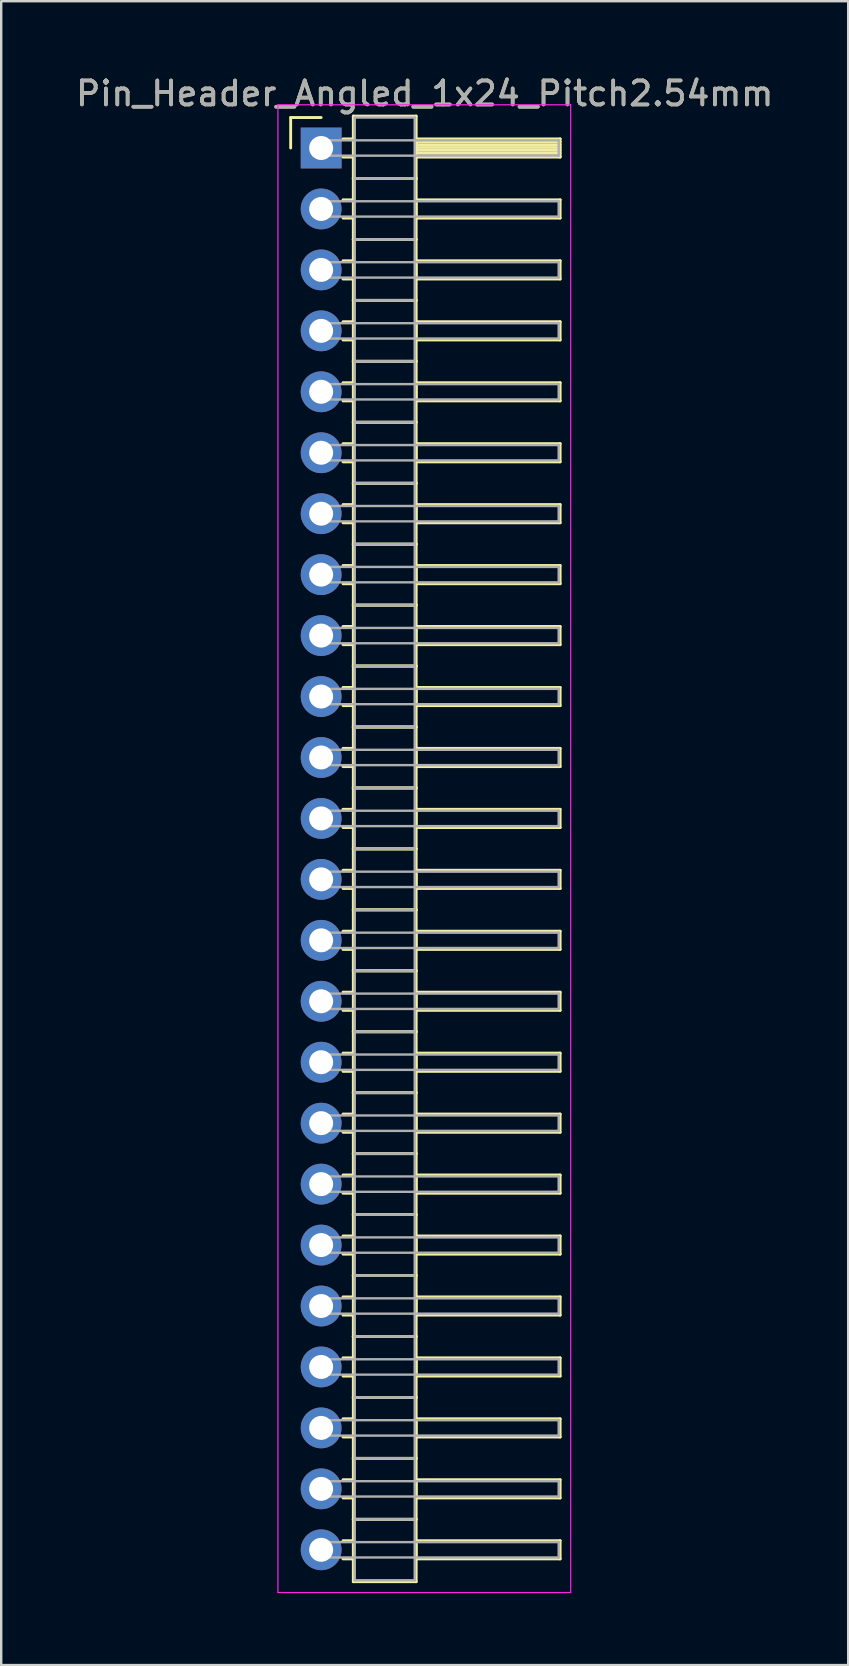
<source format=kicad_pcb>
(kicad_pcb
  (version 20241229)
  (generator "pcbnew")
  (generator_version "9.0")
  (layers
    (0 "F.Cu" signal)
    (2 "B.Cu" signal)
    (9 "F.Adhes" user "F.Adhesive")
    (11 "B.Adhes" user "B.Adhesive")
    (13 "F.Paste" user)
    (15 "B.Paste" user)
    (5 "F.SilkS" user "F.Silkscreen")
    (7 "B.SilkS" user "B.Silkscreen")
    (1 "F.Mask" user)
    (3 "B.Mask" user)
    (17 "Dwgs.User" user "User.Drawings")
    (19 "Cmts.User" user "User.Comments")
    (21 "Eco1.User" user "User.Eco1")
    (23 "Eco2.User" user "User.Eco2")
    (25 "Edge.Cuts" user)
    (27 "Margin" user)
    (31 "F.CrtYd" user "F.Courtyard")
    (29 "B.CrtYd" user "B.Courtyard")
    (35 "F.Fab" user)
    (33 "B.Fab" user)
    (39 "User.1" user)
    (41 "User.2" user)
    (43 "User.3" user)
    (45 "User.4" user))
  (footprint "Pin_Header_Angled_1x24_Pitch2.54mm"
    (layer "F.Cu")
    (at 10.334 3.118)
    (property "Reference" "Pin_Header_Angled_1x24_Pitch2.54mm" (at 4.315 -2.27 0) (layer "F.SilkS") (effects (font (size 1 1) (thickness 0.15))))
    (attr through_hole)
    (fp_line (start -1.27 -1.27) (end 0 -1.27) (stroke (width 0.12) (type solid)) (layer "F.SilkS"))
    (fp_line (start -1.27 0) (end -1.27 -1.27) (stroke (width 0.12) (type solid)) (layer "F.SilkS"))
    (fp_line (start 0.91 -0.38) (end 1.34 -0.38) (stroke (width 0.12) (type solid)) (layer "F.SilkS"))
    (fp_line (start 0.91 0.38) (end 1.34 0.38) (stroke (width 0.12) (type solid)) (layer "F.SilkS"))
    (fp_line (start 0.91 2.16) (end 1.34 2.16) (stroke (width 0.12) (type solid)) (layer "F.SilkS"))
    (fp_line (start 0.91 2.92) (end 1.34 2.92) (stroke (width 0.12) (type solid)) (layer "F.SilkS"))
    (fp_line (start 0.91 4.7) (end 1.34 4.7) (stroke (width 0.12) (type solid)) (layer "F.SilkS"))
    (fp_line (start 0.91 5.46) (end 1.34 5.46) (stroke (width 0.12) (type solid)) (layer "F.SilkS"))
    (fp_line (start 0.91 7.24) (end 1.34 7.24) (stroke (width 0.12) (type solid)) (layer "F.SilkS"))
    (fp_line (start 0.91 8) (end 1.34 8) (stroke (width 0.12) (type solid)) (layer "F.SilkS"))
    (fp_line (start 0.91 9.78) (end 1.34 9.78) (stroke (width 0.12) (type solid)) (layer "F.SilkS"))
    (fp_line (start 0.91 10.54) (end 1.34 10.54) (stroke (width 0.12) (type solid)) (layer "F.SilkS"))
    (fp_line (start 0.91 12.32) (end 1.34 12.32) (stroke (width 0.12) (type solid)) (layer "F.SilkS"))
    (fp_line (start 0.91 13.08) (end 1.34 13.08) (stroke (width 0.12) (type solid)) (layer "F.SilkS"))
    (fp_line (start 0.91 14.86) (end 1.34 14.86) (stroke (width 0.12) (type solid)) (layer "F.SilkS"))
    (fp_line (start 0.91 15.62) (end 1.34 15.62) (stroke (width 0.12) (type solid)) (layer "F.SilkS"))
    (fp_line (start 0.91 17.4) (end 1.34 17.4) (stroke (width 0.12) (type solid)) (layer "F.SilkS"))
    (fp_line (start 0.91 18.16) (end 1.34 18.16) (stroke (width 0.12) (type solid)) (layer "F.SilkS"))
    (fp_line (start 0.91 19.94) (end 1.34 19.94) (stroke (width 0.12) (type solid)) (layer "F.SilkS"))
    (fp_line (start 0.91 20.7) (end 1.34 20.7) (stroke (width 0.12) (type solid)) (layer "F.SilkS"))
    (fp_line (start 0.91 22.48) (end 1.34 22.48) (stroke (width 0.12) (type solid)) (layer "F.SilkS"))
    (fp_line (start 0.91 23.24) (end 1.34 23.24) (stroke (width 0.12) (type solid)) (layer "F.SilkS"))
    (fp_line (start 0.91 25.02) (end 1.34 25.02) (stroke (width 0.12) (type solid)) (layer "F.SilkS"))
    (fp_line (start 0.91 25.78) (end 1.34 25.78) (stroke (width 0.12) (type solid)) (layer "F.SilkS"))
    (fp_line (start 0.91 27.56) (end 1.34 27.56) (stroke (width 0.12) (type solid)) (layer "F.SilkS"))
    (fp_line (start 0.91 28.32) (end 1.34 28.32) (stroke (width 0.12) (type solid)) (layer "F.SilkS"))
    (fp_line (start 0.91 30.1) (end 1.34 30.1) (stroke (width 0.12) (type solid)) (layer "F.SilkS"))
    (fp_line (start 0.91 30.86) (end 1.34 30.86) (stroke (width 0.12) (type solid)) (layer "F.SilkS"))
    (fp_line (start 0.91 32.64) (end 1.34 32.64) (stroke (width 0.12) (type solid)) (layer "F.SilkS"))
    (fp_line (start 0.91 33.4) (end 1.34 33.4) (stroke (width 0.12) (type solid)) (layer "F.SilkS"))
    (fp_line (start 0.91 35.18) (end 1.34 35.18) (stroke (width 0.12) (type solid)) (layer "F.SilkS"))
    (fp_line (start 0.91 35.94) (end 1.34 35.94) (stroke (width 0.12) (type solid)) (layer "F.SilkS"))
    (fp_line (start 0.91 37.72) (end 1.34 37.72) (stroke (width 0.12) (type solid)) (layer "F.SilkS"))
    (fp_line (start 0.91 38.48) (end 1.34 38.48) (stroke (width 0.12) (type solid)) (layer "F.SilkS"))
    (fp_line (start 0.91 40.26) (end 1.34 40.26) (stroke (width 0.12) (type solid)) (layer "F.SilkS"))
    (fp_line (start 0.91 41.02) (end 1.34 41.02) (stroke (width 0.12) (type solid)) (layer "F.SilkS"))
    (fp_line (start 0.91 42.8) (end 1.34 42.8) (stroke (width 0.12) (type solid)) (layer "F.SilkS"))
    (fp_line (start 0.91 43.56) (end 1.34 43.56) (stroke (width 0.12) (type solid)) (layer "F.SilkS"))
    (fp_line (start 0.91 45.34) (end 1.34 45.34) (stroke (width 0.12) (type solid)) (layer "F.SilkS"))
    (fp_line (start 0.91 46.1) (end 1.34 46.1) (stroke (width 0.12) (type solid)) (layer "F.SilkS"))
    (fp_line (start 0.91 47.88) (end 1.34 47.88) (stroke (width 0.12) (type solid)) (layer "F.SilkS"))
    (fp_line (start 0.91 48.64) (end 1.34 48.64) (stroke (width 0.12) (type solid)) (layer "F.SilkS"))
    (fp_line (start 0.91 50.42) (end 1.34 50.42) (stroke (width 0.12) (type solid)) (layer "F.SilkS"))
    (fp_line (start 0.91 51.18) (end 1.34 51.18) (stroke (width 0.12) (type solid)) (layer "F.SilkS"))
    (fp_line (start 0.91 52.96) (end 1.34 52.96) (stroke (width 0.12) (type solid)) (layer "F.SilkS"))
    (fp_line (start 0.91 53.72) (end 1.34 53.72) (stroke (width 0.12) (type solid)) (layer "F.SilkS"))
    (fp_line (start 0.91 55.5) (end 1.34 55.5) (stroke (width 0.12) (type solid)) (layer "F.SilkS"))
    (fp_line (start 0.91 56.26) (end 1.34 56.26) (stroke (width 0.12) (type solid)) (layer "F.SilkS"))
    (fp_line (start 0.91 58.04) (end 1.34 58.04) (stroke (width 0.12) (type solid)) (layer "F.SilkS"))
    (fp_line (start 0.91 58.8) (end 1.34 58.8) (stroke (width 0.12) (type solid)) (layer "F.SilkS"))
    (fp_line (start 1.34 -1.33) (end 1.34 1.27) (stroke (width 0.12) (type solid)) (layer "F.SilkS"))
    (fp_line (start 1.34 1.27) (end 1.34 3.81) (stroke (width 0.12) (type solid)) (layer "F.SilkS"))
    (fp_line (start 1.34 1.27) (end 3.96 1.27) (stroke (width 0.12) (type solid)) (layer "F.SilkS"))
    (fp_line (start 1.34 3.81) (end 1.34 6.35) (stroke (width 0.12) (type solid)) (layer "F.SilkS"))
    (fp_line (start 1.34 3.81) (end 3.96 3.81) (stroke (width 0.12) (type solid)) (layer "F.SilkS"))
    (fp_line (start 1.34 6.35) (end 1.34 8.89) (stroke (width 0.12) (type solid)) (layer "F.SilkS"))
    (fp_line (start 1.34 6.35) (end 3.96 6.35) (stroke (width 0.12) (type solid)) (layer "F.SilkS"))
    (fp_line (start 1.34 8.89) (end 1.34 11.43) (stroke (width 0.12) (type solid)) (layer "F.SilkS"))
    (fp_line (start 1.34 8.89) (end 3.96 8.89) (stroke (width 0.12) (type solid)) (layer "F.SilkS"))
    (fp_line (start 1.34 11.43) (end 1.34 13.97) (stroke (width 0.12) (type solid)) (layer "F.SilkS"))
    (fp_line (start 1.34 11.43) (end 3.96 11.43) (stroke (width 0.12) (type solid)) (layer "F.SilkS"))
    (fp_line (start 1.34 13.97) (end 1.34 16.51) (stroke (width 0.12) (type solid)) (layer "F.SilkS"))
    (fp_line (start 1.34 13.97) (end 3.96 13.97) (stroke (width 0.12) (type solid)) (layer "F.SilkS"))
    (fp_line (start 1.34 16.51) (end 1.34 19.05) (stroke (width 0.12) (type solid)) (layer "F.SilkS"))
    (fp_line (start 1.34 16.51) (end 3.96 16.51) (stroke (width 0.12) (type solid)) (layer "F.SilkS"))
    (fp_line (start 1.34 19.05) (end 1.34 21.59) (stroke (width 0.12) (type solid)) (layer "F.SilkS"))
    (fp_line (start 1.34 19.05) (end 3.96 19.05) (stroke (width 0.12) (type solid)) (layer "F.SilkS"))
    (fp_line (start 1.34 21.59) (end 1.34 24.13) (stroke (width 0.12) (type solid)) (layer "F.SilkS"))
    (fp_line (start 1.34 21.59) (end 3.96 21.59) (stroke (width 0.12) (type solid)) (layer "F.SilkS"))
    (fp_line (start 1.34 24.13) (end 1.34 26.67) (stroke (width 0.12) (type solid)) (layer "F.SilkS"))
    (fp_line (start 1.34 24.13) (end 3.96 24.13) (stroke (width 0.12) (type solid)) (layer "F.SilkS"))
    (fp_line (start 1.34 26.67) (end 1.34 29.21) (stroke (width 0.12) (type solid)) (layer "F.SilkS"))
    (fp_line (start 1.34 26.67) (end 3.96 26.67) (stroke (width 0.12) (type solid)) (layer "F.SilkS"))
    (fp_line (start 1.34 29.21) (end 1.34 31.75) (stroke (width 0.12) (type solid)) (layer "F.SilkS"))
    (fp_line (start 1.34 29.21) (end 3.96 29.21) (stroke (width 0.12) (type solid)) (layer "F.SilkS"))
    (fp_line (start 1.34 31.75) (end 1.34 34.29) (stroke (width 0.12) (type solid)) (layer "F.SilkS"))
    (fp_line (start 1.34 31.75) (end 3.96 31.75) (stroke (width 0.12) (type solid)) (layer "F.SilkS"))
    (fp_line (start 1.34 34.29) (end 1.34 36.83) (stroke (width 0.12) (type solid)) (layer "F.SilkS"))
    (fp_line (start 1.34 34.29) (end 3.96 34.29) (stroke (width 0.12) (type solid)) (layer "F.SilkS"))
    (fp_line (start 1.34 36.83) (end 1.34 39.37) (stroke (width 0.12) (type solid)) (layer "F.SilkS"))
    (fp_line (start 1.34 36.83) (end 3.96 36.83) (stroke (width 0.12) (type solid)) (layer "F.SilkS"))
    (fp_line (start 1.34 39.37) (end 1.34 41.91) (stroke (width 0.12) (type solid)) (layer "F.SilkS"))
    (fp_line (start 1.34 39.37) (end 3.96 39.37) (stroke (width 0.12) (type solid)) (layer "F.SilkS"))
    (fp_line (start 1.34 41.91) (end 1.34 44.45) (stroke (width 0.12) (type solid)) (layer "F.SilkS"))
    (fp_line (start 1.34 41.91) (end 3.96 41.91) (stroke (width 0.12) (type solid)) (layer "F.SilkS"))
    (fp_line (start 1.34 44.45) (end 1.34 46.99) (stroke (width 0.12) (type solid)) (layer "F.SilkS"))
    (fp_line (start 1.34 44.45) (end 3.96 44.45) (stroke (width 0.12) (type solid)) (layer "F.SilkS"))
    (fp_line (start 1.34 46.99) (end 1.34 49.53) (stroke (width 0.12) (type solid)) (layer "F.SilkS"))
    (fp_line (start 1.34 46.99) (end 3.96 46.99) (stroke (width 0.12) (type solid)) (layer "F.SilkS"))
    (fp_line (start 1.34 49.53) (end 1.34 52.07) (stroke (width 0.12) (type solid)) (layer "F.SilkS"))
    (fp_line (start 1.34 49.53) (end 3.96 49.53) (stroke (width 0.12) (type solid)) (layer "F.SilkS"))
    (fp_line (start 1.34 52.07) (end 1.34 54.61) (stroke (width 0.12) (type solid)) (layer "F.SilkS"))
    (fp_line (start 1.34 52.07) (end 3.96 52.07) (stroke (width 0.12) (type solid)) (layer "F.SilkS"))
    (fp_line (start 1.34 54.61) (end 1.34 57.15) (stroke (width 0.12) (type solid)) (layer "F.SilkS"))
    (fp_line (start 1.34 54.61) (end 3.96 54.61) (stroke (width 0.12) (type solid)) (layer "F.SilkS"))
    (fp_line (start 1.34 57.15) (end 1.34 59.75) (stroke (width 0.12) (type solid)) (layer "F.SilkS"))
    (fp_line (start 1.34 57.15) (end 3.96 57.15) (stroke (width 0.12) (type solid)) (layer "F.SilkS"))
    (fp_line (start 1.34 59.75) (end 3.96 59.75) (stroke (width 0.12) (type solid)) (layer "F.SilkS"))
    (fp_line (start 3.96 -1.33) (end 1.34 -1.33) (stroke (width 0.12) (type solid)) (layer "F.SilkS"))
    (fp_line (start 3.96 -0.38) (end 3.96 0.38) (stroke (width 0.12) (type solid)) (layer "F.SilkS"))
    (fp_line (start 3.96 -0.26) (end 9.96 -0.26) (stroke (width 0.12) (type solid)) (layer "F.SilkS"))
    (fp_line (start 3.96 -0.14) (end 9.96 -0.14) (stroke (width 0.12) (type solid)) (layer "F.SilkS"))
    (fp_line (start 3.96 -0.02) (end 9.96 -0.02) (stroke (width 0.12) (type solid)) (layer "F.SilkS"))
    (fp_line (start 3.96 0.1) (end 9.96 0.1) (stroke (width 0.12) (type solid)) (layer "F.SilkS"))
    (fp_line (start 3.96 0.22) (end 9.96 0.22) (stroke (width 0.12) (type solid)) (layer "F.SilkS"))
    (fp_line (start 3.96 0.34) (end 9.96 0.34) (stroke (width 0.12) (type solid)) (layer "F.SilkS"))
    (fp_line (start 3.96 0.38) (end 9.96 0.38) (stroke (width 0.12) (type solid)) (layer "F.SilkS"))
    (fp_line (start 3.96 1.27) (end 1.34 1.27) (stroke (width 0.12) (type solid)) (layer "F.SilkS"))
    (fp_line (start 3.96 1.27) (end 3.96 -1.33) (stroke (width 0.12) (type solid)) (layer "F.SilkS"))
    (fp_line (start 3.96 2.16) (end 3.96 2.92) (stroke (width 0.12) (type solid)) (layer "F.SilkS"))
    (fp_line (start 3.96 2.92) (end 9.96 2.92) (stroke (width 0.12) (type solid)) (layer "F.SilkS"))
    (fp_line (start 3.96 3.81) (end 1.34 3.81) (stroke (width 0.12) (type solid)) (layer "F.SilkS"))
    (fp_line (start 3.96 3.81) (end 3.96 1.27) (stroke (width 0.12) (type solid)) (layer "F.SilkS"))
    (fp_line (start 3.96 4.7) (end 3.96 5.46) (stroke (width 0.12) (type solid)) (layer "F.SilkS"))
    (fp_line (start 3.96 5.46) (end 9.96 5.46) (stroke (width 0.12) (type solid)) (layer "F.SilkS"))
    (fp_line (start 3.96 6.35) (end 1.34 6.35) (stroke (width 0.12) (type solid)) (layer "F.SilkS"))
    (fp_line (start 3.96 6.35) (end 3.96 3.81) (stroke (width 0.12) (type solid)) (layer "F.SilkS"))
    (fp_line (start 3.96 7.24) (end 3.96 8) (stroke (width 0.12) (type solid)) (layer "F.SilkS"))
    (fp_line (start 3.96 8) (end 9.96 8) (stroke (width 0.12) (type solid)) (layer "F.SilkS"))
    (fp_line (start 3.96 8.89) (end 1.34 8.89) (stroke (width 0.12) (type solid)) (layer "F.SilkS"))
    (fp_line (start 3.96 8.89) (end 3.96 6.35) (stroke (width 0.12) (type solid)) (layer "F.SilkS"))
    (fp_line (start 3.96 9.78) (end 3.96 10.54) (stroke (width 0.12) (type solid)) (layer "F.SilkS"))
    (fp_line (start 3.96 10.54) (end 9.96 10.54) (stroke (width 0.12) (type solid)) (layer "F.SilkS"))
    (fp_line (start 3.96 11.43) (end 1.34 11.43) (stroke (width 0.12) (type solid)) (layer "F.SilkS"))
    (fp_line (start 3.96 11.43) (end 3.96 8.89) (stroke (width 0.12) (type solid)) (layer "F.SilkS"))
    (fp_line (start 3.96 12.32) (end 3.96 13.08) (stroke (width 0.12) (type solid)) (layer "F.SilkS"))
    (fp_line (start 3.96 13.08) (end 9.96 13.08) (stroke (width 0.12) (type solid)) (layer "F.SilkS"))
    (fp_line (start 3.96 13.97) (end 1.34 13.97) (stroke (width 0.12) (type solid)) (layer "F.SilkS"))
    (fp_line (start 3.96 13.97) (end 3.96 11.43) (stroke (width 0.12) (type solid)) (layer "F.SilkS"))
    (fp_line (start 3.96 14.86) (end 3.96 15.62) (stroke (width 0.12) (type solid)) (layer "F.SilkS"))
    (fp_line (start 3.96 15.62) (end 9.96 15.62) (stroke (width 0.12) (type solid)) (layer "F.SilkS"))
    (fp_line (start 3.96 16.51) (end 1.34 16.51) (stroke (width 0.12) (type solid)) (layer "F.SilkS"))
    (fp_line (start 3.96 16.51) (end 3.96 13.97) (stroke (width 0.12) (type solid)) (layer "F.SilkS"))
    (fp_line (start 3.96 17.4) (end 3.96 18.16) (stroke (width 0.12) (type solid)) (layer "F.SilkS"))
    (fp_line (start 3.96 18.16) (end 9.96 18.16) (stroke (width 0.12) (type solid)) (layer "F.SilkS"))
    (fp_line (start 3.96 19.05) (end 1.34 19.05) (stroke (width 0.12) (type solid)) (layer "F.SilkS"))
    (fp_line (start 3.96 19.05) (end 3.96 16.51) (stroke (width 0.12) (type solid)) (layer "F.SilkS"))
    (fp_line (start 3.96 19.94) (end 3.96 20.7) (stroke (width 0.12) (type solid)) (layer "F.SilkS"))
    (fp_line (start 3.96 20.7) (end 9.96 20.7) (stroke (width 0.12) (type solid)) (layer "F.SilkS"))
    (fp_line (start 3.96 21.59) (end 1.34 21.59) (stroke (width 0.12) (type solid)) (layer "F.SilkS"))
    (fp_line (start 3.96 21.59) (end 3.96 19.05) (stroke (width 0.12) (type solid)) (layer "F.SilkS"))
    (fp_line (start 3.96 22.48) (end 3.96 23.24) (stroke (width 0.12) (type solid)) (layer "F.SilkS"))
    (fp_line (start 3.96 23.24) (end 9.96 23.24) (stroke (width 0.12) (type solid)) (layer "F.SilkS"))
    (fp_line (start 3.96 24.13) (end 1.34 24.13) (stroke (width 0.12) (type solid)) (layer "F.SilkS"))
    (fp_line (start 3.96 24.13) (end 3.96 21.59) (stroke (width 0.12) (type solid)) (layer "F.SilkS"))
    (fp_line (start 3.96 25.02) (end 3.96 25.78) (stroke (width 0.12) (type solid)) (layer "F.SilkS"))
    (fp_line (start 3.96 25.78) (end 9.96 25.78) (stroke (width 0.12) (type solid)) (layer "F.SilkS"))
    (fp_line (start 3.96 26.67) (end 1.34 26.67) (stroke (width 0.12) (type solid)) (layer "F.SilkS"))
    (fp_line (start 3.96 26.67) (end 3.96 24.13) (stroke (width 0.12) (type solid)) (layer "F.SilkS"))
    (fp_line (start 3.96 27.56) (end 3.96 28.32) (stroke (width 0.12) (type solid)) (layer "F.SilkS"))
    (fp_line (start 3.96 28.32) (end 9.96 28.32) (stroke (width 0.12) (type solid)) (layer "F.SilkS"))
    (fp_line (start 3.96 29.21) (end 1.34 29.21) (stroke (width 0.12) (type solid)) (layer "F.SilkS"))
    (fp_line (start 3.96 29.21) (end 3.96 26.67) (stroke (width 0.12) (type solid)) (layer "F.SilkS"))
    (fp_line (start 3.96 30.1) (end 3.96 30.86) (stroke (width 0.12) (type solid)) (layer "F.SilkS"))
    (fp_line (start 3.96 30.86) (end 9.96 30.86) (stroke (width 0.12) (type solid)) (layer "F.SilkS"))
    (fp_line (start 3.96 31.75) (end 1.34 31.75) (stroke (width 0.12) (type solid)) (layer "F.SilkS"))
    (fp_line (start 3.96 31.75) (end 3.96 29.21) (stroke (width 0.12) (type solid)) (layer "F.SilkS"))
    (fp_line (start 3.96 32.64) (end 3.96 33.4) (stroke (width 0.12) (type solid)) (layer "F.SilkS"))
    (fp_line (start 3.96 33.4) (end 9.96 33.4) (stroke (width 0.12) (type solid)) (layer "F.SilkS"))
    (fp_line (start 3.96 34.29) (end 1.34 34.29) (stroke (width 0.12) (type solid)) (layer "F.SilkS"))
    (fp_line (start 3.96 34.29) (end 3.96 31.75) (stroke (width 0.12) (type solid)) (layer "F.SilkS"))
    (fp_line (start 3.96 35.18) (end 3.96 35.94) (stroke (width 0.12) (type solid)) (layer "F.SilkS"))
    (fp_line (start 3.96 35.94) (end 9.96 35.94) (stroke (width 0.12) (type solid)) (layer "F.SilkS"))
    (fp_line (start 3.96 36.83) (end 1.34 36.83) (stroke (width 0.12) (type solid)) (layer "F.SilkS"))
    (fp_line (start 3.96 36.83) (end 3.96 34.29) (stroke (width 0.12) (type solid)) (layer "F.SilkS"))
    (fp_line (start 3.96 37.72) (end 3.96 38.48) (stroke (width 0.12) (type solid)) (layer "F.SilkS"))
    (fp_line (start 3.96 38.48) (end 9.96 38.48) (stroke (width 0.12) (type solid)) (layer "F.SilkS"))
    (fp_line (start 3.96 39.37) (end 1.34 39.37) (stroke (width 0.12) (type solid)) (layer "F.SilkS"))
    (fp_line (start 3.96 39.37) (end 3.96 36.83) (stroke (width 0.12) (type solid)) (layer "F.SilkS"))
    (fp_line (start 3.96 40.26) (end 3.96 41.02) (stroke (width 0.12) (type solid)) (layer "F.SilkS"))
    (fp_line (start 3.96 41.02) (end 9.96 41.02) (stroke (width 0.12) (type solid)) (layer "F.SilkS"))
    (fp_line (start 3.96 41.91) (end 1.34 41.91) (stroke (width 0.12) (type solid)) (layer "F.SilkS"))
    (fp_line (start 3.96 41.91) (end 3.96 39.37) (stroke (width 0.12) (type solid)) (layer "F.SilkS"))
    (fp_line (start 3.96 42.8) (end 3.96 43.56) (stroke (width 0.12) (type solid)) (layer "F.SilkS"))
    (fp_line (start 3.96 43.56) (end 9.96 43.56) (stroke (width 0.12) (type solid)) (layer "F.SilkS"))
    (fp_line (start 3.96 44.45) (end 1.34 44.45) (stroke (width 0.12) (type solid)) (layer "F.SilkS"))
    (fp_line (start 3.96 44.45) (end 3.96 41.91) (stroke (width 0.12) (type solid)) (layer "F.SilkS"))
    (fp_line (start 3.96 45.34) (end 3.96 46.1) (stroke (width 0.12) (type solid)) (layer "F.SilkS"))
    (fp_line (start 3.96 46.1) (end 9.96 46.1) (stroke (width 0.12) (type solid)) (layer "F.SilkS"))
    (fp_line (start 3.96 46.99) (end 1.34 46.99) (stroke (width 0.12) (type solid)) (layer "F.SilkS"))
    (fp_line (start 3.96 46.99) (end 3.96 44.45) (stroke (width 0.12) (type solid)) (layer "F.SilkS"))
    (fp_line (start 3.96 47.88) (end 3.96 48.64) (stroke (width 0.12) (type solid)) (layer "F.SilkS"))
    (fp_line (start 3.96 48.64) (end 9.96 48.64) (stroke (width 0.12) (type solid)) (layer "F.SilkS"))
    (fp_line (start 3.96 49.53) (end 1.34 49.53) (stroke (width 0.12) (type solid)) (layer "F.SilkS"))
    (fp_line (start 3.96 49.53) (end 3.96 46.99) (stroke (width 0.12) (type solid)) (layer "F.SilkS"))
    (fp_line (start 3.96 50.42) (end 3.96 51.18) (stroke (width 0.12) (type solid)) (layer "F.SilkS"))
    (fp_line (start 3.96 51.18) (end 9.96 51.18) (stroke (width 0.12) (type solid)) (layer "F.SilkS"))
    (fp_line (start 3.96 52.07) (end 1.34 52.07) (stroke (width 0.12) (type solid)) (layer "F.SilkS"))
    (fp_line (start 3.96 52.07) (end 3.96 49.53) (stroke (width 0.12) (type solid)) (layer "F.SilkS"))
    (fp_line (start 3.96 52.96) (end 3.96 53.72) (stroke (width 0.12) (type solid)) (layer "F.SilkS"))
    (fp_line (start 3.96 53.72) (end 9.96 53.72) (stroke (width 0.12) (type solid)) (layer "F.SilkS"))
    (fp_line (start 3.96 54.61) (end 1.34 54.61) (stroke (width 0.12) (type solid)) (layer "F.SilkS"))
    (fp_line (start 3.96 54.61) (end 3.96 52.07) (stroke (width 0.12) (type solid)) (layer "F.SilkS"))
    (fp_line (start 3.96 55.5) (end 3.96 56.26) (stroke (width 0.12) (type solid)) (layer "F.SilkS"))
    (fp_line (start 3.96 56.26) (end 9.96 56.26) (stroke (width 0.12) (type solid)) (layer "F.SilkS"))
    (fp_line (start 3.96 57.15) (end 1.34 57.15) (stroke (width 0.12) (type solid)) (layer "F.SilkS"))
    (fp_line (start 3.96 57.15) (end 3.96 54.61) (stroke (width 0.12) (type solid)) (layer "F.SilkS"))
    (fp_line (start 3.96 58.04) (end 3.96 58.8) (stroke (width 0.12) (type solid)) (layer "F.SilkS"))
    (fp_line (start 3.96 58.8) (end 9.96 58.8) (stroke (width 0.12) (type solid)) (layer "F.SilkS"))
    (fp_line (start 3.96 59.75) (end 3.96 57.15) (stroke (width 0.12) (type solid)) (layer "F.SilkS"))
    (fp_line (start 9.96 -0.38) (end 3.96 -0.38) (stroke (width 0.12) (type solid)) (layer "F.SilkS"))
    (fp_line (start 9.96 0.38) (end 9.96 -0.38) (stroke (width 0.12) (type solid)) (layer "F.SilkS"))
    (fp_line (start 9.96 2.16) (end 3.96 2.16) (stroke (width 0.12) (type solid)) (layer "F.SilkS"))
    (fp_line (start 9.96 2.92) (end 9.96 2.16) (stroke (width 0.12) (type solid)) (layer "F.SilkS"))
    (fp_line (start 9.96 4.7) (end 3.96 4.7) (stroke (width 0.12) (type solid)) (layer "F.SilkS"))
    (fp_line (start 9.96 5.46) (end 9.96 4.7) (stroke (width 0.12) (type solid)) (layer "F.SilkS"))
    (fp_line (start 9.96 7.24) (end 3.96 7.24) (stroke (width 0.12) (type solid)) (layer "F.SilkS"))
    (fp_line (start 9.96 8) (end 9.96 7.24) (stroke (width 0.12) (type solid)) (layer "F.SilkS"))
    (fp_line (start 9.96 9.78) (end 3.96 9.78) (stroke (width 0.12) (type solid)) (layer "F.SilkS"))
    (fp_line (start 9.96 10.54) (end 9.96 9.78) (stroke (width 0.12) (type solid)) (layer "F.SilkS"))
    (fp_line (start 9.96 12.32) (end 3.96 12.32) (stroke (width 0.12) (type solid)) (layer "F.SilkS"))
    (fp_line (start 9.96 13.08) (end 9.96 12.32) (stroke (width 0.12) (type solid)) (layer "F.SilkS"))
    (fp_line (start 9.96 14.86) (end 3.96 14.86) (stroke (width 0.12) (type solid)) (layer "F.SilkS"))
    (fp_line (start 9.96 15.62) (end 9.96 14.86) (stroke (width 0.12) (type solid)) (layer "F.SilkS"))
    (fp_line (start 9.96 17.4) (end 3.96 17.4) (stroke (width 0.12) (type solid)) (layer "F.SilkS"))
    (fp_line (start 9.96 18.16) (end 9.96 17.4) (stroke (width 0.12) (type solid)) (layer "F.SilkS"))
    (fp_line (start 9.96 19.94) (end 3.96 19.94) (stroke (width 0.12) (type solid)) (layer "F.SilkS"))
    (fp_line (start 9.96 20.7) (end 9.96 19.94) (stroke (width 0.12) (type solid)) (layer "F.SilkS"))
    (fp_line (start 9.96 22.48) (end 3.96 22.48) (stroke (width 0.12) (type solid)) (layer "F.SilkS"))
    (fp_line (start 9.96 23.24) (end 9.96 22.48) (stroke (width 0.12) (type solid)) (layer "F.SilkS"))
    (fp_line (start 9.96 25.02) (end 3.96 25.02) (stroke (width 0.12) (type solid)) (layer "F.SilkS"))
    (fp_line (start 9.96 25.78) (end 9.96 25.02) (stroke (width 0.12) (type solid)) (layer "F.SilkS"))
    (fp_line (start 9.96 27.56) (end 3.96 27.56) (stroke (width 0.12) (type solid)) (layer "F.SilkS"))
    (fp_line (start 9.96 28.32) (end 9.96 27.56) (stroke (width 0.12) (type solid)) (layer "F.SilkS"))
    (fp_line (start 9.96 30.1) (end 3.96 30.1) (stroke (width 0.12) (type solid)) (layer "F.SilkS"))
    (fp_line (start 9.96 30.86) (end 9.96 30.1) (stroke (width 0.12) (type solid)) (layer "F.SilkS"))
    (fp_line (start 9.96 32.64) (end 3.96 32.64) (stroke (width 0.12) (type solid)) (layer "F.SilkS"))
    (fp_line (start 9.96 33.4) (end 9.96 32.64) (stroke (width 0.12) (type solid)) (layer "F.SilkS"))
    (fp_line (start 9.96 35.18) (end 3.96 35.18) (stroke (width 0.12) (type solid)) (layer "F.SilkS"))
    (fp_line (start 9.96 35.94) (end 9.96 35.18) (stroke (width 0.12) (type solid)) (layer "F.SilkS"))
    (fp_line (start 9.96 37.72) (end 3.96 37.72) (stroke (width 0.12) (type solid)) (layer "F.SilkS"))
    (fp_line (start 9.96 38.48) (end 9.96 37.72) (stroke (width 0.12) (type solid)) (layer "F.SilkS"))
    (fp_line (start 9.96 40.26) (end 3.96 40.26) (stroke (width 0.12) (type solid)) (layer "F.SilkS"))
    (fp_line (start 9.96 41.02) (end 9.96 40.26) (stroke (width 0.12) (type solid)) (layer "F.SilkS"))
    (fp_line (start 9.96 42.8) (end 3.96 42.8) (stroke (width 0.12) (type solid)) (layer "F.SilkS"))
    (fp_line (start 9.96 43.56) (end 9.96 42.8) (stroke (width 0.12) (type solid)) (layer "F.SilkS"))
    (fp_line (start 9.96 45.34) (end 3.96 45.34) (stroke (width 0.12) (type solid)) (layer "F.SilkS"))
    (fp_line (start 9.96 46.1) (end 9.96 45.34) (stroke (width 0.12) (type solid)) (layer "F.SilkS"))
    (fp_line (start 9.96 47.88) (end 3.96 47.88) (stroke (width 0.12) (type solid)) (layer "F.SilkS"))
    (fp_line (start 9.96 48.64) (end 9.96 47.88) (stroke (width 0.12) (type solid)) (layer "F.SilkS"))
    (fp_line (start 9.96 50.42) (end 3.96 50.42) (stroke (width 0.12) (type solid)) (layer "F.SilkS"))
    (fp_line (start 9.96 51.18) (end 9.96 50.42) (stroke (width 0.12) (type solid)) (layer "F.SilkS"))
    (fp_line (start 9.96 52.96) (end 3.96 52.96) (stroke (width 0.12) (type solid)) (layer "F.SilkS"))
    (fp_line (start 9.96 53.72) (end 9.96 52.96) (stroke (width 0.12) (type solid)) (layer "F.SilkS"))
    (fp_line (start 9.96 55.5) (end 3.96 55.5) (stroke (width 0.12) (type solid)) (layer "F.SilkS"))
    (fp_line (start 9.96 56.26) (end 9.96 55.5) (stroke (width 0.12) (type solid)) (layer "F.SilkS"))
    (fp_line (start 9.96 58.04) (end 3.96 58.04) (stroke (width 0.12) (type solid)) (layer "F.SilkS"))
    (fp_line (start 9.96 58.8) (end 9.96 58.04) (stroke (width 0.12) (type solid)) (layer "F.SilkS"))
    (fp_line (start -1.8 -1.8) (end -1.8 60.2) (stroke (width 0.05) (type solid)) (layer "F.CrtYd"))
    (fp_line (start -1.8 60.2) (end 10.4 60.2) (stroke (width 0.05) (type solid)) (layer "F.CrtYd"))
    (fp_line (start 10.4 -1.8) (end -1.8 -1.8) (stroke (width 0.05) (type solid)) (layer "F.CrtYd"))
    (fp_line (start 10.4 60.2) (end 10.4 -1.8) (stroke (width 0.05) (type solid)) (layer "F.CrtYd"))
    (fp_line (start 0 -0.32) (end 0 0.32) (stroke (width 0.1) (type solid)) (layer "F.Fab"))
    (fp_line (start 0 0.32) (end 9.9 0.32) (stroke (width 0.1) (type solid)) (layer "F.Fab"))
    (fp_line (start 0 2.22) (end 0 2.86) (stroke (width 0.1) (type solid)) (layer "F.Fab"))
    (fp_line (start 0 2.86) (end 9.9 2.86) (stroke (width 0.1) (type solid)) (layer "F.Fab"))
    (fp_line (start 0 4.76) (end 0 5.4) (stroke (width 0.1) (type solid)) (layer "F.Fab"))
    (fp_line (start 0 5.4) (end 9.9 5.4) (stroke (width 0.1) (type solid)) (layer "F.Fab"))
    (fp_line (start 0 7.3) (end 0 7.94) (stroke (width 0.1) (type solid)) (layer "F.Fab"))
    (fp_line (start 0 7.94) (end 9.9 7.94) (stroke (width 0.1) (type solid)) (layer "F.Fab"))
    (fp_line (start 0 9.84) (end 0 10.48) (stroke (width 0.1) (type solid)) (layer "F.Fab"))
    (fp_line (start 0 10.48) (end 9.9 10.48) (stroke (width 0.1) (type solid)) (layer "F.Fab"))
    (fp_line (start 0 12.38) (end 0 13.02) (stroke (width 0.1) (type solid)) (layer "F.Fab"))
    (fp_line (start 0 13.02) (end 9.9 13.02) (stroke (width 0.1) (type solid)) (layer "F.Fab"))
    (fp_line (start 0 14.92) (end 0 15.56) (stroke (width 0.1) (type solid)) (layer "F.Fab"))
    (fp_line (start 0 15.56) (end 9.9 15.56) (stroke (width 0.1) (type solid)) (layer "F.Fab"))
    (fp_line (start 0 17.46) (end 0 18.1) (stroke (width 0.1) (type solid)) (layer "F.Fab"))
    (fp_line (start 0 18.1) (end 9.9 18.1) (stroke (width 0.1) (type solid)) (layer "F.Fab"))
    (fp_line (start 0 20) (end 0 20.64) (stroke (width 0.1) (type solid)) (layer "F.Fab"))
    (fp_line (start 0 20.64) (end 9.9 20.64) (stroke (width 0.1) (type solid)) (layer "F.Fab"))
    (fp_line (start 0 22.54) (end 0 23.18) (stroke (width 0.1) (type solid)) (layer "F.Fab"))
    (fp_line (start 0 23.18) (end 9.9 23.18) (stroke (width 0.1) (type solid)) (layer "F.Fab"))
    (fp_line (start 0 25.08) (end 0 25.72) (stroke (width 0.1) (type solid)) (layer "F.Fab"))
    (fp_line (start 0 25.72) (end 9.9 25.72) (stroke (width 0.1) (type solid)) (layer "F.Fab"))
    (fp_line (start 0 27.62) (end 0 28.26) (stroke (width 0.1) (type solid)) (layer "F.Fab"))
    (fp_line (start 0 28.26) (end 9.9 28.26) (stroke (width 0.1) (type solid)) (layer "F.Fab"))
    (fp_line (start 0 30.16) (end 0 30.8) (stroke (width 0.1) (type solid)) (layer "F.Fab"))
    (fp_line (start 0 30.8) (end 9.9 30.8) (stroke (width 0.1) (type solid)) (layer "F.Fab"))
    (fp_line (start 0 32.7) (end 0 33.34) (stroke (width 0.1) (type solid)) (layer "F.Fab"))
    (fp_line (start 0 33.34) (end 9.9 33.34) (stroke (width 0.1) (type solid)) (layer "F.Fab"))
    (fp_line (start 0 35.24) (end 0 35.88) (stroke (width 0.1) (type solid)) (layer "F.Fab"))
    (fp_line (start 0 35.88) (end 9.9 35.88) (stroke (width 0.1) (type solid)) (layer "F.Fab"))
    (fp_line (start 0 37.78) (end 0 38.42) (stroke (width 0.1) (type solid)) (layer "F.Fab"))
    (fp_line (start 0 38.42) (end 9.9 38.42) (stroke (width 0.1) (type solid)) (layer "F.Fab"))
    (fp_line (start 0 40.32) (end 0 40.96) (stroke (width 0.1) (type solid)) (layer "F.Fab"))
    (fp_line (start 0 40.96) (end 9.9 40.96) (stroke (width 0.1) (type solid)) (layer "F.Fab"))
    (fp_line (start 0 42.86) (end 0 43.5) (stroke (width 0.1) (type solid)) (layer "F.Fab"))
    (fp_line (start 0 43.5) (end 9.9 43.5) (stroke (width 0.1) (type solid)) (layer "F.Fab"))
    (fp_line (start 0 45.4) (end 0 46.04) (stroke (width 0.1) (type solid)) (layer "F.Fab"))
    (fp_line (start 0 46.04) (end 9.9 46.04) (stroke (width 0.1) (type solid)) (layer "F.Fab"))
    (fp_line (start 0 47.94) (end 0 48.58) (stroke (width 0.1) (type solid)) (layer "F.Fab"))
    (fp_line (start 0 48.58) (end 9.9 48.58) (stroke (width 0.1) (type solid)) (layer "F.Fab"))
    (fp_line (start 0 50.48) (end 0 51.12) (stroke (width 0.1) (type solid)) (layer "F.Fab"))
    (fp_line (start 0 51.12) (end 9.9 51.12) (stroke (width 0.1) (type solid)) (layer "F.Fab"))
    (fp_line (start 0 53.02) (end 0 53.66) (stroke (width 0.1) (type solid)) (layer "F.Fab"))
    (fp_line (start 0 53.66) (end 9.9 53.66) (stroke (width 0.1) (type solid)) (layer "F.Fab"))
    (fp_line (start 0 55.56) (end 0 56.2) (stroke (width 0.1) (type solid)) (layer "F.Fab"))
    (fp_line (start 0 56.2) (end 9.9 56.2) (stroke (width 0.1) (type solid)) (layer "F.Fab"))
    (fp_line (start 0 58.1) (end 0 58.74) (stroke (width 0.1) (type solid)) (layer "F.Fab"))
    (fp_line (start 0 58.74) (end 9.9 58.74) (stroke (width 0.1) (type solid)) (layer "F.Fab"))
    (fp_line (start 1.4 -1.27) (end 1.4 1.27) (stroke (width 0.1) (type solid)) (layer "F.Fab"))
    (fp_line (start 1.4 1.27) (end 1.4 3.81) (stroke (width 0.1) (type solid)) (layer "F.Fab"))
    (fp_line (start 1.4 1.27) (end 3.9 1.27) (stroke (width 0.1) (type solid)) (layer "F.Fab"))
    (fp_line (start 1.4 3.81) (end 1.4 6.35) (stroke (width 0.1) (type solid)) (layer "F.Fab"))
    (fp_line (start 1.4 3.81) (end 3.9 3.81) (stroke (width 0.1) (type solid)) (layer "F.Fab"))
    (fp_line (start 1.4 6.35) (end 1.4 8.89) (stroke (width 0.1) (type solid)) (layer "F.Fab"))
    (fp_line (start 1.4 6.35) (end 3.9 6.35) (stroke (width 0.1) (type solid)) (layer "F.Fab"))
    (fp_line (start 1.4 8.89) (end 1.4 11.43) (stroke (width 0.1) (type solid)) (layer "F.Fab"))
    (fp_line (start 1.4 8.89) (end 3.9 8.89) (stroke (width 0.1) (type solid)) (layer "F.Fab"))
    (fp_line (start 1.4 11.43) (end 1.4 13.97) (stroke (width 0.1) (type solid)) (layer "F.Fab"))
    (fp_line (start 1.4 11.43) (end 3.9 11.43) (stroke (width 0.1) (type solid)) (layer "F.Fab"))
    (fp_line (start 1.4 13.97) (end 1.4 16.51) (stroke (width 0.1) (type solid)) (layer "F.Fab"))
    (fp_line (start 1.4 13.97) (end 3.9 13.97) (stroke (width 0.1) (type solid)) (layer "F.Fab"))
    (fp_line (start 1.4 16.51) (end 1.4 19.05) (stroke (width 0.1) (type solid)) (layer "F.Fab"))
    (fp_line (start 1.4 16.51) (end 3.9 16.51) (stroke (width 0.1) (type solid)) (layer "F.Fab"))
    (fp_line (start 1.4 19.05) (end 1.4 21.59) (stroke (width 0.1) (type solid)) (layer "F.Fab"))
    (fp_line (start 1.4 19.05) (end 3.9 19.05) (stroke (width 0.1) (type solid)) (layer "F.Fab"))
    (fp_line (start 1.4 21.59) (end 1.4 24.13) (stroke (width 0.1) (type solid)) (layer "F.Fab"))
    (fp_line (start 1.4 21.59) (end 3.9 21.59) (stroke (width 0.1) (type solid)) (layer "F.Fab"))
    (fp_line (start 1.4 24.13) (end 1.4 26.67) (stroke (width 0.1) (type solid)) (layer "F.Fab"))
    (fp_line (start 1.4 24.13) (end 3.9 24.13) (stroke (width 0.1) (type solid)) (layer "F.Fab"))
    (fp_line (start 1.4 26.67) (end 1.4 29.21) (stroke (width 0.1) (type solid)) (layer "F.Fab"))
    (fp_line (start 1.4 26.67) (end 3.9 26.67) (stroke (width 0.1) (type solid)) (layer "F.Fab"))
    (fp_line (start 1.4 29.21) (end 1.4 31.75) (stroke (width 0.1) (type solid)) (layer "F.Fab"))
    (fp_line (start 1.4 29.21) (end 3.9 29.21) (stroke (width 0.1) (type solid)) (layer "F.Fab"))
    (fp_line (start 1.4 31.75) (end 1.4 34.29) (stroke (width 0.1) (type solid)) (layer "F.Fab"))
    (fp_line (start 1.4 31.75) (end 3.9 31.75) (stroke (width 0.1) (type solid)) (layer "F.Fab"))
    (fp_line (start 1.4 34.29) (end 1.4 36.83) (stroke (width 0.1) (type solid)) (layer "F.Fab"))
    (fp_line (start 1.4 34.29) (end 3.9 34.29) (stroke (width 0.1) (type solid)) (layer "F.Fab"))
    (fp_line (start 1.4 36.83) (end 1.4 39.37) (stroke (width 0.1) (type solid)) (layer "F.Fab"))
    (fp_line (start 1.4 36.83) (end 3.9 36.83) (stroke (width 0.1) (type solid)) (layer "F.Fab"))
    (fp_line (start 1.4 39.37) (end 1.4 41.91) (stroke (width 0.1) (type solid)) (layer "F.Fab"))
    (fp_line (start 1.4 39.37) (end 3.9 39.37) (stroke (width 0.1) (type solid)) (layer "F.Fab"))
    (fp_line (start 1.4 41.91) (end 1.4 44.45) (stroke (width 0.1) (type solid)) (layer "F.Fab"))
    (fp_line (start 1.4 41.91) (end 3.9 41.91) (stroke (width 0.1) (type solid)) (layer "F.Fab"))
    (fp_line (start 1.4 44.45) (end 1.4 46.99) (stroke (width 0.1) (type solid)) (layer "F.Fab"))
    (fp_line (start 1.4 44.45) (end 3.9 44.45) (stroke (width 0.1) (type solid)) (layer "F.Fab"))
    (fp_line (start 1.4 46.99) (end 1.4 49.53) (stroke (width 0.1) (type solid)) (layer "F.Fab"))
    (fp_line (start 1.4 46.99) (end 3.9 46.99) (stroke (width 0.1) (type solid)) (layer "F.Fab"))
    (fp_line (start 1.4 49.53) (end 1.4 52.07) (stroke (width 0.1) (type solid)) (layer "F.Fab"))
    (fp_line (start 1.4 49.53) (end 3.9 49.53) (stroke (width 0.1) (type solid)) (layer "F.Fab"))
    (fp_line (start 1.4 52.07) (end 1.4 54.61) (stroke (width 0.1) (type solid)) (layer "F.Fab"))
    (fp_line (start 1.4 52.07) (end 3.9 52.07) (stroke (width 0.1) (type solid)) (layer "F.Fab"))
    (fp_line (start 1.4 54.61) (end 1.4 57.15) (stroke (width 0.1) (type solid)) (layer "F.Fab"))
    (fp_line (start 1.4 54.61) (end 3.9 54.61) (stroke (width 0.1) (type solid)) (layer "F.Fab"))
    (fp_line (start 1.4 57.15) (end 1.4 59.69) (stroke (width 0.1) (type solid)) (layer "F.Fab"))
    (fp_line (start 1.4 57.15) (end 3.9 57.15) (stroke (width 0.1) (type solid)) (layer "F.Fab"))
    (fp_line (start 1.4 59.69) (end 3.9 59.69) (stroke (width 0.1) (type solid)) (layer "F.Fab"))
    (fp_line (start 3.9 -1.27) (end 1.4 -1.27) (stroke (width 0.1) (type solid)) (layer "F.Fab"))
    (fp_line (start 3.9 1.27) (end 1.4 1.27) (stroke (width 0.1) (type solid)) (layer "F.Fab"))
    (fp_line (start 3.9 1.27) (end 3.9 -1.27) (stroke (width 0.1) (type solid)) (layer "F.Fab"))
    (fp_line (start 3.9 3.81) (end 1.4 3.81) (stroke (width 0.1) (type solid)) (layer "F.Fab"))
    (fp_line (start 3.9 3.81) (end 3.9 1.27) (stroke (width 0.1) (type solid)) (layer "F.Fab"))
    (fp_line (start 3.9 6.35) (end 1.4 6.35) (stroke (width 0.1) (type solid)) (layer "F.Fab"))
    (fp_line (start 3.9 6.35) (end 3.9 3.81) (stroke (width 0.1) (type solid)) (layer "F.Fab"))
    (fp_line (start 3.9 8.89) (end 1.4 8.89) (stroke (width 0.1) (type solid)) (layer "F.Fab"))
    (fp_line (start 3.9 8.89) (end 3.9 6.35) (stroke (width 0.1) (type solid)) (layer "F.Fab"))
    (fp_line (start 3.9 11.43) (end 1.4 11.43) (stroke (width 0.1) (type solid)) (layer "F.Fab"))
    (fp_line (start 3.9 11.43) (end 3.9 8.89) (stroke (width 0.1) (type solid)) (layer "F.Fab"))
    (fp_line (start 3.9 13.97) (end 1.4 13.97) (stroke (width 0.1) (type solid)) (layer "F.Fab"))
    (fp_line (start 3.9 13.97) (end 3.9 11.43) (stroke (width 0.1) (type solid)) (layer "F.Fab"))
    (fp_line (start 3.9 16.51) (end 1.4 16.51) (stroke (width 0.1) (type solid)) (layer "F.Fab"))
    (fp_line (start 3.9 16.51) (end 3.9 13.97) (stroke (width 0.1) (type solid)) (layer "F.Fab"))
    (fp_line (start 3.9 19.05) (end 1.4 19.05) (stroke (width 0.1) (type solid)) (layer "F.Fab"))
    (fp_line (start 3.9 19.05) (end 3.9 16.51) (stroke (width 0.1) (type solid)) (layer "F.Fab"))
    (fp_line (start 3.9 21.59) (end 1.4 21.59) (stroke (width 0.1) (type solid)) (layer "F.Fab"))
    (fp_line (start 3.9 21.59) (end 3.9 19.05) (stroke (width 0.1) (type solid)) (layer "F.Fab"))
    (fp_line (start 3.9 24.13) (end 1.4 24.13) (stroke (width 0.1) (type solid)) (layer "F.Fab"))
    (fp_line (start 3.9 24.13) (end 3.9 21.59) (stroke (width 0.1) (type solid)) (layer "F.Fab"))
    (fp_line (start 3.9 26.67) (end 1.4 26.67) (stroke (width 0.1) (type solid)) (layer "F.Fab"))
    (fp_line (start 3.9 26.67) (end 3.9 24.13) (stroke (width 0.1) (type solid)) (layer "F.Fab"))
    (fp_line (start 3.9 29.21) (end 1.4 29.21) (stroke (width 0.1) (type solid)) (layer "F.Fab"))
    (fp_line (start 3.9 29.21) (end 3.9 26.67) (stroke (width 0.1) (type solid)) (layer "F.Fab"))
    (fp_line (start 3.9 31.75) (end 1.4 31.75) (stroke (width 0.1) (type solid)) (layer "F.Fab"))
    (fp_line (start 3.9 31.75) (end 3.9 29.21) (stroke (width 0.1) (type solid)) (layer "F.Fab"))
    (fp_line (start 3.9 34.29) (end 1.4 34.29) (stroke (width 0.1) (type solid)) (layer "F.Fab"))
    (fp_line (start 3.9 34.29) (end 3.9 31.75) (stroke (width 0.1) (type solid)) (layer "F.Fab"))
    (fp_line (start 3.9 36.83) (end 1.4 36.83) (stroke (width 0.1) (type solid)) (layer "F.Fab"))
    (fp_line (start 3.9 36.83) (end 3.9 34.29) (stroke (width 0.1) (type solid)) (layer "F.Fab"))
    (fp_line (start 3.9 39.37) (end 1.4 39.37) (stroke (width 0.1) (type solid)) (layer "F.Fab"))
    (fp_line (start 3.9 39.37) (end 3.9 36.83) (stroke (width 0.1) (type solid)) (layer "F.Fab"))
    (fp_line (start 3.9 41.91) (end 1.4 41.91) (stroke (width 0.1) (type solid)) (layer "F.Fab"))
    (fp_line (start 3.9 41.91) (end 3.9 39.37) (stroke (width 0.1) (type solid)) (layer "F.Fab"))
    (fp_line (start 3.9 44.45) (end 1.4 44.45) (stroke (width 0.1) (type solid)) (layer "F.Fab"))
    (fp_line (start 3.9 44.45) (end 3.9 41.91) (stroke (width 0.1) (type solid)) (layer "F.Fab"))
    (fp_line (start 3.9 46.99) (end 1.4 46.99) (stroke (width 0.1) (type solid)) (layer "F.Fab"))
    (fp_line (start 3.9 46.99) (end 3.9 44.45) (stroke (width 0.1) (type solid)) (layer "F.Fab"))
    (fp_line (start 3.9 49.53) (end 1.4 49.53) (stroke (width 0.1) (type solid)) (layer "F.Fab"))
    (fp_line (start 3.9 49.53) (end 3.9 46.99) (stroke (width 0.1) (type solid)) (layer "F.Fab"))
    (fp_line (start 3.9 52.07) (end 1.4 52.07) (stroke (width 0.1) (type solid)) (layer "F.Fab"))
    (fp_line (start 3.9 52.07) (end 3.9 49.53) (stroke (width 0.1) (type solid)) (layer "F.Fab"))
    (fp_line (start 3.9 54.61) (end 1.4 54.61) (stroke (width 0.1) (type solid)) (layer "F.Fab"))
    (fp_line (start 3.9 54.61) (end 3.9 52.07) (stroke (width 0.1) (type solid)) (layer "F.Fab"))
    (fp_line (start 3.9 57.15) (end 1.4 57.15) (stroke (width 0.1) (type solid)) (layer "F.Fab"))
    (fp_line (start 3.9 57.15) (end 3.9 54.61) (stroke (width 0.1) (type solid)) (layer "F.Fab"))
    (fp_line (start 3.9 59.69) (end 3.9 57.15) (stroke (width 0.1) (type solid)) (layer "F.Fab"))
    (fp_line (start 9.9 -0.32) (end 0 -0.32) (stroke (width 0.1) (type solid)) (layer "F.Fab"))
    (fp_line (start 9.9 0.32) (end 9.9 -0.32) (stroke (width 0.1) (type solid)) (layer "F.Fab"))
    (fp_line (start 9.9 2.22) (end 0 2.22) (stroke (width 0.1) (type solid)) (layer "F.Fab"))
    (fp_line (start 9.9 2.86) (end 9.9 2.22) (stroke (width 0.1) (type solid)) (layer "F.Fab"))
    (fp_line (start 9.9 4.76) (end 0 4.76) (stroke (width 0.1) (type solid)) (layer "F.Fab"))
    (fp_line (start 9.9 5.4) (end 9.9 4.76) (stroke (width 0.1) (type solid)) (layer "F.Fab"))
    (fp_line (start 9.9 7.3) (end 0 7.3) (stroke (width 0.1) (type solid)) (layer "F.Fab"))
    (fp_line (start 9.9 7.94) (end 9.9 7.3) (stroke (width 0.1) (type solid)) (layer "F.Fab"))
    (fp_line (start 9.9 9.84) (end 0 9.84) (stroke (width 0.1) (type solid)) (layer "F.Fab"))
    (fp_line (start 9.9 10.48) (end 9.9 9.84) (stroke (width 0.1) (type solid)) (layer "F.Fab"))
    (fp_line (start 9.9 12.38) (end 0 12.38) (stroke (width 0.1) (type solid)) (layer "F.Fab"))
    (fp_line (start 9.9 13.02) (end 9.9 12.38) (stroke (width 0.1) (type solid)) (layer "F.Fab"))
    (fp_line (start 9.9 14.92) (end 0 14.92) (stroke (width 0.1) (type solid)) (layer "F.Fab"))
    (fp_line (start 9.9 15.56) (end 9.9 14.92) (stroke (width 0.1) (type solid)) (layer "F.Fab"))
    (fp_line (start 9.9 17.46) (end 0 17.46) (stroke (width 0.1) (type solid)) (layer "F.Fab"))
    (fp_line (start 9.9 18.1) (end 9.9 17.46) (stroke (width 0.1) (type solid)) (layer "F.Fab"))
    (fp_line (start 9.9 20) (end 0 20) (stroke (width 0.1) (type solid)) (layer "F.Fab"))
    (fp_line (start 9.9 20.64) (end 9.9 20) (stroke (width 0.1) (type solid)) (layer "F.Fab"))
    (fp_line (start 9.9 22.54) (end 0 22.54) (stroke (width 0.1) (type solid)) (layer "F.Fab"))
    (fp_line (start 9.9 23.18) (end 9.9 22.54) (stroke (width 0.1) (type solid)) (layer "F.Fab"))
    (fp_line (start 9.9 25.08) (end 0 25.08) (stroke (width 0.1) (type solid)) (layer "F.Fab"))
    (fp_line (start 9.9 25.72) (end 9.9 25.08) (stroke (width 0.1) (type solid)) (layer "F.Fab"))
    (fp_line (start 9.9 27.62) (end 0 27.62) (stroke (width 0.1) (type solid)) (layer "F.Fab"))
    (fp_line (start 9.9 28.26) (end 9.9 27.62) (stroke (width 0.1) (type solid)) (layer "F.Fab"))
    (fp_line (start 9.9 30.16) (end 0 30.16) (stroke (width 0.1) (type solid)) (layer "F.Fab"))
    (fp_line (start 9.9 30.8) (end 9.9 30.16) (stroke (width 0.1) (type solid)) (layer "F.Fab"))
    (fp_line (start 9.9 32.7) (end 0 32.7) (stroke (width 0.1) (type solid)) (layer "F.Fab"))
    (fp_line (start 9.9 33.34) (end 9.9 32.7) (stroke (width 0.1) (type solid)) (layer "F.Fab"))
    (fp_line (start 9.9 35.24) (end 0 35.24) (stroke (width 0.1) (type solid)) (layer "F.Fab"))
    (fp_line (start 9.9 35.88) (end 9.9 35.24) (stroke (width 0.1) (type solid)) (layer "F.Fab"))
    (fp_line (start 9.9 37.78) (end 0 37.78) (stroke (width 0.1) (type solid)) (layer "F.Fab"))
    (fp_line (start 9.9 38.42) (end 9.9 37.78) (stroke (width 0.1) (type solid)) (layer "F.Fab"))
    (fp_line (start 9.9 40.32) (end 0 40.32) (stroke (width 0.1) (type solid)) (layer "F.Fab"))
    (fp_line (start 9.9 40.96) (end 9.9 40.32) (stroke (width 0.1) (type solid)) (layer "F.Fab"))
    (fp_line (start 9.9 42.86) (end 0 42.86) (stroke (width 0.1) (type solid)) (layer "F.Fab"))
    (fp_line (start 9.9 43.5) (end 9.9 42.86) (stroke (width 0.1) (type solid)) (layer "F.Fab"))
    (fp_line (start 9.9 45.4) (end 0 45.4) (stroke (width 0.1) (type solid)) (layer "F.Fab"))
    (fp_line (start 9.9 46.04) (end 9.9 45.4) (stroke (width 0.1) (type solid)) (layer "F.Fab"))
    (fp_line (start 9.9 47.94) (end 0 47.94) (stroke (width 0.1) (type solid)) (layer "F.Fab"))
    (fp_line (start 9.9 48.58) (end 9.9 47.94) (stroke (width 0.1) (type solid)) (layer "F.Fab"))
    (fp_line (start 9.9 50.48) (end 0 50.48) (stroke (width 0.1) (type solid)) (layer "F.Fab"))
    (fp_line (start 9.9 51.12) (end 9.9 50.48) (stroke (width 0.1) (type solid)) (layer "F.Fab"))
    (fp_line (start 9.9 53.02) (end 0 53.02) (stroke (width 0.1) (type solid)) (layer "F.Fab"))
    (fp_line (start 9.9 53.66) (end 9.9 53.02) (stroke (width 0.1) (type solid)) (layer "F.Fab"))
    (fp_line (start 9.9 55.56) (end 0 55.56) (stroke (width 0.1) (type solid)) (layer "F.Fab"))
    (fp_line (start 9.9 56.2) (end 9.9 55.56) (stroke (width 0.1) (type solid)) (layer "F.Fab"))
    (fp_line (start 9.9 58.1) (end 0 58.1) (stroke (width 0.1) (type solid)) (layer "F.Fab"))
    (fp_line (start 9.9 58.74) (end 9.9 58.1) (stroke (width 0.1) (type solid)) (layer "F.Fab"))
    (fp_text user "${REFERENCE}" (at 4.315 -2.27 0) (layer "F.Fab") (effects (font (size 1 1) (thickness 0.15))))
    (pad "1" thru_hole rect (at 0 0) (size 1.7 1.7) (drill 1) (layers "*.Cu" "*.Mask"))
    (pad "2" thru_hole oval (at 0 2.54) (size 1.7 1.7) (drill 1) (layers "*.Cu" "*.Mask"))
    (pad "3" thru_hole oval (at 0 5.08) (size 1.7 1.7) (drill 1) (layers "*.Cu" "*.Mask"))
    (pad "4" thru_hole oval (at 0 7.62) (size 1.7 1.7) (drill 1) (layers "*.Cu" "*.Mask"))
    (pad "5" thru_hole oval (at 0 10.16) (size 1.7 1.7) (drill 1) (layers "*.Cu" "*.Mask"))
    (pad "6" thru_hole oval (at 0 12.7) (size 1.7 1.7) (drill 1) (layers "*.Cu" "*.Mask"))
    (pad "7" thru_hole oval (at 0 15.24) (size 1.7 1.7) (drill 1) (layers "*.Cu" "*.Mask"))
    (pad "8" thru_hole oval (at 0 17.78) (size 1.7 1.7) (drill 1) (layers "*.Cu" "*.Mask"))
    (pad "9" thru_hole oval (at 0 20.32) (size 1.7 1.7) (drill 1) (layers "*.Cu" "*.Mask"))
    (pad "10" thru_hole oval (at 0 22.86) (size 1.7 1.7) (drill 1) (layers "*.Cu" "*.Mask"))
    (pad "11" thru_hole oval (at 0 25.4) (size 1.7 1.7) (drill 1) (layers "*.Cu" "*.Mask"))
    (pad "12" thru_hole oval (at 0 27.94) (size 1.7 1.7) (drill 1) (layers "*.Cu" "*.Mask"))
    (pad "13" thru_hole oval (at 0 30.48) (size 1.7 1.7) (drill 1) (layers "*.Cu" "*.Mask"))
    (pad "14" thru_hole oval (at 0 33.02) (size 1.7 1.7) (drill 1) (layers "*.Cu" "*.Mask"))
    (pad "15" thru_hole oval (at 0 35.56) (size 1.7 1.7) (drill 1) (layers "*.Cu" "*.Mask"))
    (pad "16" thru_hole oval (at 0 38.1) (size 1.7 1.7) (drill 1) (layers "*.Cu" "*.Mask"))
    (pad "17" thru_hole oval (at 0 40.64) (size 1.7 1.7) (drill 1) (layers "*.Cu" "*.Mask"))
    (pad "18" thru_hole oval (at 0 43.18) (size 1.7 1.7) (drill 1) (layers "*.Cu" "*.Mask"))
    (pad "19" thru_hole oval (at 0 45.72) (size 1.7 1.7) (drill 1) (layers "*.Cu" "*.Mask"))
    (pad "20" thru_hole oval (at 0 48.26) (size 1.7 1.7) (drill 1) (layers "*.Cu" "*.Mask"))
    (pad "21" thru_hole oval (at 0 50.8) (size 1.7 1.7) (drill 1) (layers "*.Cu" "*.Mask"))
    (pad "22" thru_hole oval (at 0 53.34) (size 1.7 1.7) (drill 1) (layers "*.Cu" "*.Mask"))
    (pad "23" thru_hole oval (at 0 55.88) (size 1.7 1.7) (drill 1) (layers "*.Cu" "*.Mask"))
    (pad "24" thru_hole oval (at 0 58.42) (size 1.7 1.7) (drill 1) (layers "*.Cu" "*.Mask")))
  (gr_rect
    (start -3 -3)
    (end 32.298 66.343)
    (stroke (width 0.1) (type default))
    (fill no)
    (layer "Edge.Cuts")))
</source>
